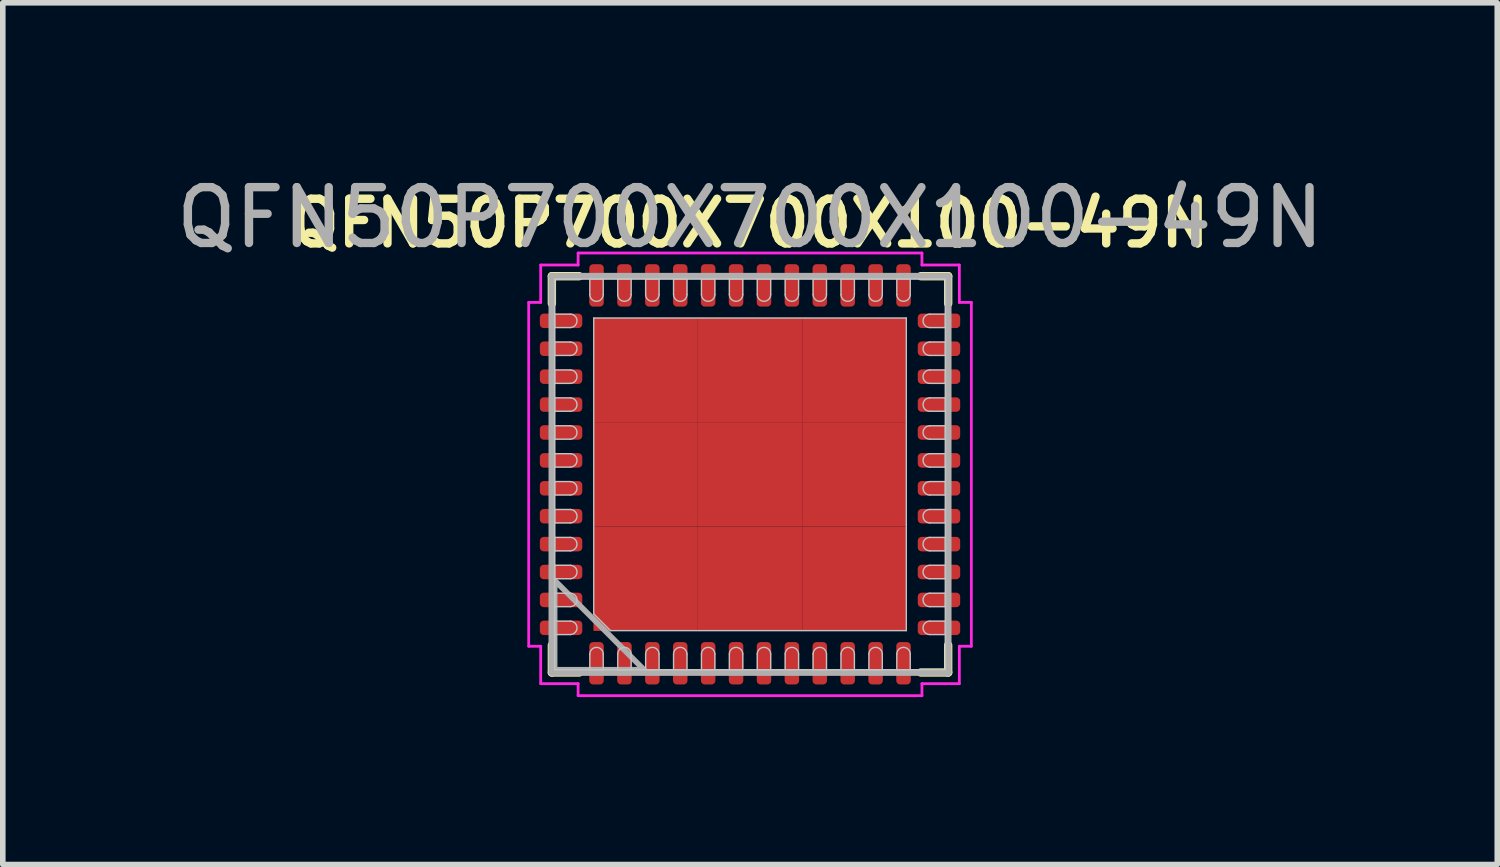
<source format=kicad_pcb>
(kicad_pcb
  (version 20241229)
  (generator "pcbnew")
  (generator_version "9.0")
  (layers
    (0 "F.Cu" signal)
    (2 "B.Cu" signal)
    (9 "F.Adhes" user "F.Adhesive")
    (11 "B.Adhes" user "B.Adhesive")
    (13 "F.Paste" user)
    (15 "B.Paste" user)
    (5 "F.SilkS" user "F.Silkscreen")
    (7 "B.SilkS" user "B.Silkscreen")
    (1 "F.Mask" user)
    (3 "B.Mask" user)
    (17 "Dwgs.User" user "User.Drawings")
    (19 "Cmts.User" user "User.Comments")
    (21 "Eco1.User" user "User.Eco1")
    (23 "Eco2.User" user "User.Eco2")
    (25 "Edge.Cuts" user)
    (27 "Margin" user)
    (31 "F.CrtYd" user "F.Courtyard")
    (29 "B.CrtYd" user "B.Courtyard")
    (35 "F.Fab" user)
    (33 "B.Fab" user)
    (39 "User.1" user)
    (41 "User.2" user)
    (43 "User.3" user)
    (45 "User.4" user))
  (footprint "QFN50P700X700X100-49N"
    (layer "F.Cu")
    (at 10.387 5.448)
    (property "Reference" "QFN50P700X700X100-49N" (at 0 -4.5 0) (layer "F.SilkS") (effects (font (size 0.8 0.8) (thickness 0.15))))
    (attr smd)
    (fp_line (start -3.55 -3.55) (end -3.55 -3.06) (stroke (width 0.15) (type solid)) (layer "F.SilkS"))
    (fp_line (start -3.55 3.55) (end -3.55 3.06) (stroke (width 0.15) (type solid)) (layer "F.SilkS"))
    (fp_line (start -3.06 -3.55) (end -3.55 -3.55) (stroke (width 0.15) (type solid)) (layer "F.SilkS"))
    (fp_line (start -3.06 3.55) (end -3.55 3.55) (stroke (width 0.15) (type solid)) (layer "F.SilkS"))
    (fp_line (start 3.06 -3.55) (end 3.55 -3.55) (stroke (width 0.15) (type solid)) (layer "F.SilkS"))
    (fp_line (start 3.06 3.55) (end 3.55 3.55) (stroke (width 0.15) (type solid)) (layer "F.SilkS"))
    (fp_line (start 3.55 -3.55) (end 3.55 -3.06) (stroke (width 0.15) (type solid)) (layer "F.SilkS"))
    (fp_line (start 3.55 3.55) (end 3.55 3.06) (stroke (width 0.15) (type solid)) (layer "F.SilkS"))
    (fp_line (start -3.5 -3.5) (end 3.5 -3.5) (stroke (width 0.025) (type solid)) (layer "Dwgs.User"))
    (fp_line (start -3.5 -2.87) (end -3.5 -2.63) (stroke (width 0.025) (type solid)) (layer "Dwgs.User"))
    (fp_line (start -3.5 -2.63) (end -3.22 -2.63) (stroke (width 0.025) (type solid)) (layer "Dwgs.User"))
    (fp_line (start -3.5 -2.37) (end -3.5 -2.13) (stroke (width 0.025) (type solid)) (layer "Dwgs.User"))
    (fp_line (start -3.5 -2.13) (end -3.22 -2.13) (stroke (width 0.025) (type solid)) (layer "Dwgs.User"))
    (fp_line (start -3.5 -1.87) (end -3.5 -1.63) (stroke (width 0.025) (type solid)) (layer "Dwgs.User"))
    (fp_line (start -3.5 -1.63) (end -3.22 -1.63) (stroke (width 0.025) (type solid)) (layer "Dwgs.User"))
    (fp_line (start -3.5 -1.37) (end -3.5 -1.13) (stroke (width 0.025) (type solid)) (layer "Dwgs.User"))
    (fp_line (start -3.5 -1.13) (end -3.22 -1.13) (stroke (width 0.025) (type solid)) (layer "Dwgs.User"))
    (fp_line (start -3.5 -0.87) (end -3.5 -0.63) (stroke (width 0.025) (type solid)) (layer "Dwgs.User"))
    (fp_line (start -3.5 -0.63) (end -3.22 -0.63) (stroke (width 0.025) (type solid)) (layer "Dwgs.User"))
    (fp_line (start -3.5 -0.37) (end -3.5 -0.13) (stroke (width 0.025) (type solid)) (layer "Dwgs.User"))
    (fp_line (start -3.5 -0.13) (end -3.22 -0.13) (stroke (width 0.025) (type solid)) (layer "Dwgs.User"))
    (fp_line (start -3.5 0.13) (end -3.5 0.37) (stroke (width 0.025) (type solid)) (layer "Dwgs.User"))
    (fp_line (start -3.5 0.37) (end -3.22 0.37) (stroke (width 0.025) (type solid)) (layer "Dwgs.User"))
    (fp_line (start -3.5 0.63) (end -3.5 0.87) (stroke (width 0.025) (type solid)) (layer "Dwgs.User"))
    (fp_line (start -3.5 0.87) (end -3.22 0.87) (stroke (width 0.025) (type solid)) (layer "Dwgs.User"))
    (fp_line (start -3.5 1.13) (end -3.5 1.37) (stroke (width 0.025) (type solid)) (layer "Dwgs.User"))
    (fp_line (start -3.5 1.37) (end -3.22 1.37) (stroke (width 0.025) (type solid)) (layer "Dwgs.User"))
    (fp_line (start -3.5 1.63) (end -3.5 1.87) (stroke (width 0.025) (type solid)) (layer "Dwgs.User"))
    (fp_line (start -3.5 1.87) (end -3.22 1.87) (stroke (width 0.025) (type solid)) (layer "Dwgs.User"))
    (fp_line (start -3.5 2.13) (end -3.5 2.37) (stroke (width 0.025) (type solid)) (layer "Dwgs.User"))
    (fp_line (start -3.5 2.37) (end -3.22 2.37) (stroke (width 0.025) (type solid)) (layer "Dwgs.User"))
    (fp_line (start -3.5 2.63) (end -3.5 2.87) (stroke (width 0.025) (type solid)) (layer "Dwgs.User"))
    (fp_line (start -3.5 2.87) (end -3.22 2.87) (stroke (width 0.025) (type solid)) (layer "Dwgs.User"))
    (fp_line (start -3.5 3.5) (end -3.5 -3.5) (stroke (width 0.025) (type solid)) (layer "Dwgs.User"))
    (fp_line (start -3.22 -2.87) (end -3.5 -2.87) (stroke (width 0.025) (type solid)) (layer "Dwgs.User"))
    (fp_line (start -3.22 -2.37) (end -3.5 -2.37) (stroke (width 0.025) (type solid)) (layer "Dwgs.User"))
    (fp_line (start -3.22 -1.87) (end -3.5 -1.87) (stroke (width 0.025) (type solid)) (layer "Dwgs.User"))
    (fp_line (start -3.22 -1.37) (end -3.5 -1.37) (stroke (width 0.025) (type solid)) (layer "Dwgs.User"))
    (fp_line (start -3.22 -0.87) (end -3.5 -0.87) (stroke (width 0.025) (type solid)) (layer "Dwgs.User"))
    (fp_line (start -3.22 -0.37) (end -3.5 -0.37) (stroke (width 0.025) (type solid)) (layer "Dwgs.User"))
    (fp_line (start -3.22 0.13) (end -3.5 0.13) (stroke (width 0.025) (type solid)) (layer "Dwgs.User"))
    (fp_line (start -3.22 0.63) (end -3.5 0.63) (stroke (width 0.025) (type solid)) (layer "Dwgs.User"))
    (fp_line (start -3.22 1.13) (end -3.5 1.13) (stroke (width 0.025) (type solid)) (layer "Dwgs.User"))
    (fp_line (start -3.22 1.63) (end -3.5 1.63) (stroke (width 0.025) (type solid)) (layer "Dwgs.User"))
    (fp_line (start -3.22 2.13) (end -3.5 2.13) (stroke (width 0.025) (type solid)) (layer "Dwgs.User"))
    (fp_line (start -3.22 2.63) (end -3.5 2.63) (stroke (width 0.025) (type solid)) (layer "Dwgs.User"))
    (fp_line (start -2.87 -3.5) (end -2.87 -3.22) (stroke (width 0.025) (type solid)) (layer "Dwgs.User"))
    (fp_line (start -2.87 3.22) (end -2.87 3.5) (stroke (width 0.025) (type solid)) (layer "Dwgs.User"))
    (fp_line (start -2.87 3.5) (end -2.63 3.5) (stroke (width 0.025) (type solid)) (layer "Dwgs.User"))
    (fp_line (start -2.8 -2.8) (end -2.8 2.5) (stroke (width 0.025) (type solid)) (layer "Dwgs.User"))
    (fp_line (start -2.8 2.5) (end -2.5 2.8) (stroke (width 0.025) (type solid)) (layer "Dwgs.User"))
    (fp_line (start -2.63 -3.5) (end -2.87 -3.5) (stroke (width 0.025) (type solid)) (layer "Dwgs.User"))
    (fp_line (start -2.63 -3.22) (end -2.63 -3.5) (stroke (width 0.025) (type solid)) (layer "Dwgs.User"))
    (fp_line (start -2.63 3.5) (end -2.63 3.22) (stroke (width 0.025) (type solid)) (layer "Dwgs.User"))
    (fp_line (start -2.5 2.8) (end 2.8 2.8) (stroke (width 0.025) (type solid)) (layer "Dwgs.User"))
    (fp_line (start -2.37 -3.5) (end -2.37 -3.22) (stroke (width 0.025) (type solid)) (layer "Dwgs.User"))
    (fp_line (start -2.37 3.22) (end -2.37 3.5) (stroke (width 0.025) (type solid)) (layer "Dwgs.User"))
    (fp_line (start -2.37 3.5) (end -2.13 3.5) (stroke (width 0.025) (type solid)) (layer "Dwgs.User"))
    (fp_line (start -2.13 -3.5) (end -2.37 -3.5) (stroke (width 0.025) (type solid)) (layer "Dwgs.User"))
    (fp_line (start -2.13 -3.22) (end -2.13 -3.5) (stroke (width 0.025) (type solid)) (layer "Dwgs.User"))
    (fp_line (start -2.13 3.5) (end -2.13 3.22) (stroke (width 0.025) (type solid)) (layer "Dwgs.User"))
    (fp_line (start -1.87 -3.5) (end -1.87 -3.22) (stroke (width 0.025) (type solid)) (layer "Dwgs.User"))
    (fp_line (start -1.87 3.22) (end -1.87 3.5) (stroke (width 0.025) (type solid)) (layer "Dwgs.User"))
    (fp_line (start -1.87 3.5) (end -1.63 3.5) (stroke (width 0.025) (type solid)) (layer "Dwgs.User"))
    (fp_line (start -1.63 -3.5) (end -1.87 -3.5) (stroke (width 0.025) (type solid)) (layer "Dwgs.User"))
    (fp_line (start -1.63 -3.22) (end -1.63 -3.5) (stroke (width 0.025) (type solid)) (layer "Dwgs.User"))
    (fp_line (start -1.63 3.5) (end -1.63 3.22) (stroke (width 0.025) (type solid)) (layer "Dwgs.User"))
    (fp_line (start -1.37 -3.5) (end -1.37 -3.22) (stroke (width 0.025) (type solid)) (layer "Dwgs.User"))
    (fp_line (start -1.37 3.22) (end -1.37 3.5) (stroke (width 0.025) (type solid)) (layer "Dwgs.User"))
    (fp_line (start -1.37 3.5) (end -1.13 3.5) (stroke (width 0.025) (type solid)) (layer "Dwgs.User"))
    (fp_line (start -1.13 -3.5) (end -1.37 -3.5) (stroke (width 0.025) (type solid)) (layer "Dwgs.User"))
    (fp_line (start -1.13 -3.22) (end -1.13 -3.5) (stroke (width 0.025) (type solid)) (layer "Dwgs.User"))
    (fp_line (start -1.13 3.5) (end -1.13 3.22) (stroke (width 0.025) (type solid)) (layer "Dwgs.User"))
    (fp_line (start -0.87 -3.5) (end -0.87 -3.22) (stroke (width 0.025) (type solid)) (layer "Dwgs.User"))
    (fp_line (start -0.87 3.22) (end -0.87 3.5) (stroke (width 0.025) (type solid)) (layer "Dwgs.User"))
    (fp_line (start -0.87 3.5) (end -0.63 3.5) (stroke (width 0.025) (type solid)) (layer "Dwgs.User"))
    (fp_line (start -0.63 -3.5) (end -0.87 -3.5) (stroke (width 0.025) (type solid)) (layer "Dwgs.User"))
    (fp_line (start -0.63 -3.22) (end -0.63 -3.5) (stroke (width 0.025) (type solid)) (layer "Dwgs.User"))
    (fp_line (start -0.63 3.5) (end -0.63 3.22) (stroke (width 0.025) (type solid)) (layer "Dwgs.User"))
    (fp_line (start -0.37 -3.5) (end -0.37 -3.22) (stroke (width 0.025) (type solid)) (layer "Dwgs.User"))
    (fp_line (start -0.37 3.22) (end -0.37 3.5) (stroke (width 0.025) (type solid)) (layer "Dwgs.User"))
    (fp_line (start -0.37 3.5) (end -0.13 3.5) (stroke (width 0.025) (type solid)) (layer "Dwgs.User"))
    (fp_line (start -0.13 -3.5) (end -0.37 -3.5) (stroke (width 0.025) (type solid)) (layer "Dwgs.User"))
    (fp_line (start -0.13 -3.22) (end -0.13 -3.5) (stroke (width 0.025) (type solid)) (layer "Dwgs.User"))
    (fp_line (start -0.13 3.5) (end -0.13 3.22) (stroke (width 0.025) (type solid)) (layer "Dwgs.User"))
    (fp_line (start 0.13 -3.5) (end 0.13 -3.22) (stroke (width 0.025) (type solid)) (layer "Dwgs.User"))
    (fp_line (start 0.13 3.22) (end 0.13 3.5) (stroke (width 0.025) (type solid)) (layer "Dwgs.User"))
    (fp_line (start 0.13 3.5) (end 0.37 3.5) (stroke (width 0.025) (type solid)) (layer "Dwgs.User"))
    (fp_line (start 0.37 -3.5) (end 0.13 -3.5) (stroke (width 0.025) (type solid)) (layer "Dwgs.User"))
    (fp_line (start 0.37 -3.22) (end 0.37 -3.5) (stroke (width 0.025) (type solid)) (layer "Dwgs.User"))
    (fp_line (start 0.37 3.5) (end 0.37 3.22) (stroke (width 0.025) (type solid)) (layer "Dwgs.User"))
    (fp_line (start 0.63 -3.5) (end 0.63 -3.22) (stroke (width 0.025) (type solid)) (layer "Dwgs.User"))
    (fp_line (start 0.63 3.22) (end 0.63 3.5) (stroke (width 0.025) (type solid)) (layer "Dwgs.User"))
    (fp_line (start 0.63 3.5) (end 0.87 3.5) (stroke (width 0.025) (type solid)) (layer "Dwgs.User"))
    (fp_line (start 0.87 -3.5) (end 0.63 -3.5) (stroke (width 0.025) (type solid)) (layer "Dwgs.User"))
    (fp_line (start 0.87 -3.22) (end 0.87 -3.5) (stroke (width 0.025) (type solid)) (layer "Dwgs.User"))
    (fp_line (start 0.87 3.5) (end 0.87 3.22) (stroke (width 0.025) (type solid)) (layer "Dwgs.User"))
    (fp_line (start 1.13 -3.5) (end 1.13 -3.22) (stroke (width 0.025) (type solid)) (layer "Dwgs.User"))
    (fp_line (start 1.13 3.22) (end 1.13 3.5) (stroke (width 0.025) (type solid)) (layer "Dwgs.User"))
    (fp_line (start 1.13 3.5) (end 1.37 3.5) (stroke (width 0.025) (type solid)) (layer "Dwgs.User"))
    (fp_line (start 1.37 -3.5) (end 1.13 -3.5) (stroke (width 0.025) (type solid)) (layer "Dwgs.User"))
    (fp_line (start 1.37 -3.22) (end 1.37 -3.5) (stroke (width 0.025) (type solid)) (layer "Dwgs.User"))
    (fp_line (start 1.37 3.5) (end 1.37 3.22) (stroke (width 0.025) (type solid)) (layer "Dwgs.User"))
    (fp_line (start 1.63 -3.5) (end 1.63 -3.22) (stroke (width 0.025) (type solid)) (layer "Dwgs.User"))
    (fp_line (start 1.63 3.22) (end 1.63 3.5) (stroke (width 0.025) (type solid)) (layer "Dwgs.User"))
    (fp_line (start 1.63 3.5) (end 1.87 3.5) (stroke (width 0.025) (type solid)) (layer "Dwgs.User"))
    (fp_line (start 1.87 -3.5) (end 1.63 -3.5) (stroke (width 0.025) (type solid)) (layer "Dwgs.User"))
    (fp_line (start 1.87 -3.22) (end 1.87 -3.5) (stroke (width 0.025) (type solid)) (layer "Dwgs.User"))
    (fp_line (start 1.87 3.5) (end 1.87 3.22) (stroke (width 0.025) (type solid)) (layer "Dwgs.User"))
    (fp_line (start 2.13 -3.5) (end 2.13 -3.22) (stroke (width 0.025) (type solid)) (layer "Dwgs.User"))
    (fp_line (start 2.13 3.22) (end 2.13 3.5) (stroke (width 0.025) (type solid)) (layer "Dwgs.User"))
    (fp_line (start 2.13 3.5) (end 2.37 3.5) (stroke (width 0.025) (type solid)) (layer "Dwgs.User"))
    (fp_line (start 2.37 -3.5) (end 2.13 -3.5) (stroke (width 0.025) (type solid)) (layer "Dwgs.User"))
    (fp_line (start 2.37 -3.22) (end 2.37 -3.5) (stroke (width 0.025) (type solid)) (layer "Dwgs.User"))
    (fp_line (start 2.37 3.5) (end 2.37 3.22) (stroke (width 0.025) (type solid)) (layer "Dwgs.User"))
    (fp_line (start 2.63 -3.5) (end 2.63 -3.22) (stroke (width 0.025) (type solid)) (layer "Dwgs.User"))
    (fp_line (start 2.63 3.22) (end 2.63 3.5) (stroke (width 0.025) (type solid)) (layer "Dwgs.User"))
    (fp_line (start 2.63 3.5) (end 2.87 3.5) (stroke (width 0.025) (type solid)) (layer "Dwgs.User"))
    (fp_line (start 2.8 -2.8) (end -2.8 -2.8) (stroke (width 0.025) (type solid)) (layer "Dwgs.User"))
    (fp_line (start 2.8 2.8) (end 2.8 -2.8) (stroke (width 0.025) (type solid)) (layer "Dwgs.User"))
    (fp_line (start 2.87 -3.5) (end 2.63 -3.5) (stroke (width 0.025) (type solid)) (layer "Dwgs.User"))
    (fp_line (start 2.87 -3.22) (end 2.87 -3.5) (stroke (width 0.025) (type solid)) (layer "Dwgs.User"))
    (fp_line (start 2.87 3.5) (end 2.87 3.22) (stroke (width 0.025) (type solid)) (layer "Dwgs.User"))
    (fp_line (start 3.22 -2.63) (end 3.5 -2.63) (stroke (width 0.025) (type solid)) (layer "Dwgs.User"))
    (fp_line (start 3.22 -2.13) (end 3.5 -2.13) (stroke (width 0.025) (type solid)) (layer "Dwgs.User"))
    (fp_line (start 3.22 -1.63) (end 3.5 -1.63) (stroke (width 0.025) (type solid)) (layer "Dwgs.User"))
    (fp_line (start 3.22 -1.13) (end 3.5 -1.13) (stroke (width 0.025) (type solid)) (layer "Dwgs.User"))
    (fp_line (start 3.22 -0.63) (end 3.5 -0.63) (stroke (width 0.025) (type solid)) (layer "Dwgs.User"))
    (fp_line (start 3.22 -0.13) (end 3.5 -0.13) (stroke (width 0.025) (type solid)) (layer "Dwgs.User"))
    (fp_line (start 3.22 0.37) (end 3.5 0.37) (stroke (width 0.025) (type solid)) (layer "Dwgs.User"))
    (fp_line (start 3.22 0.87) (end 3.5 0.87) (stroke (width 0.025) (type solid)) (layer "Dwgs.User"))
    (fp_line (start 3.22 1.37) (end 3.5 1.37) (stroke (width 0.025) (type solid)) (layer "Dwgs.User"))
    (fp_line (start 3.22 1.87) (end 3.5 1.87) (stroke (width 0.025) (type solid)) (layer "Dwgs.User"))
    (fp_line (start 3.22 2.37) (end 3.5 2.37) (stroke (width 0.025) (type solid)) (layer "Dwgs.User"))
    (fp_line (start 3.22 2.87) (end 3.5 2.87) (stroke (width 0.025) (type solid)) (layer "Dwgs.User"))
    (fp_line (start 3.5 -3.5) (end 3.5 3.5) (stroke (width 0.025) (type solid)) (layer "Dwgs.User"))
    (fp_line (start 3.5 -2.87) (end 3.22 -2.87) (stroke (width 0.025) (type solid)) (layer "Dwgs.User"))
    (fp_line (start 3.5 -2.63) (end 3.5 -2.87) (stroke (width 0.025) (type solid)) (layer "Dwgs.User"))
    (fp_line (start 3.5 -2.37) (end 3.22 -2.37) (stroke (width 0.025) (type solid)) (layer "Dwgs.User"))
    (fp_line (start 3.5 -2.13) (end 3.5 -2.37) (stroke (width 0.025) (type solid)) (layer "Dwgs.User"))
    (fp_line (start 3.5 -1.87) (end 3.22 -1.87) (stroke (width 0.025) (type solid)) (layer "Dwgs.User"))
    (fp_line (start 3.5 -1.63) (end 3.5 -1.87) (stroke (width 0.025) (type solid)) (layer "Dwgs.User"))
    (fp_line (start 3.5 -1.37) (end 3.22 -1.37) (stroke (width 0.025) (type solid)) (layer "Dwgs.User"))
    (fp_line (start 3.5 -1.13) (end 3.5 -1.37) (stroke (width 0.025) (type solid)) (layer "Dwgs.User"))
    (fp_line (start 3.5 -0.87) (end 3.22 -0.87) (stroke (width 0.025) (type solid)) (layer "Dwgs.User"))
    (fp_line (start 3.5 -0.63) (end 3.5 -0.87) (stroke (width 0.025) (type solid)) (layer "Dwgs.User"))
    (fp_line (start 3.5 -0.37) (end 3.22 -0.37) (stroke (width 0.025) (type solid)) (layer "Dwgs.User"))
    (fp_line (start 3.5 -0.13) (end 3.5 -0.37) (stroke (width 0.025) (type solid)) (layer "Dwgs.User"))
    (fp_line (start 3.5 0.13) (end 3.22 0.13) (stroke (width 0.025) (type solid)) (layer "Dwgs.User"))
    (fp_line (start 3.5 0.37) (end 3.5 0.13) (stroke (width 0.025) (type solid)) (layer "Dwgs.User"))
    (fp_line (start 3.5 0.63) (end 3.22 0.63) (stroke (width 0.025) (type solid)) (layer "Dwgs.User"))
    (fp_line (start 3.5 0.87) (end 3.5 0.63) (stroke (width 0.025) (type solid)) (layer "Dwgs.User"))
    (fp_line (start 3.5 1.13) (end 3.22 1.13) (stroke (width 0.025) (type solid)) (layer "Dwgs.User"))
    (fp_line (start 3.5 1.37) (end 3.5 1.13) (stroke (width 0.025) (type solid)) (layer "Dwgs.User"))
    (fp_line (start 3.5 1.63) (end 3.22 1.63) (stroke (width 0.025) (type solid)) (layer "Dwgs.User"))
    (fp_line (start 3.5 1.87) (end 3.5 1.63) (stroke (width 0.025) (type solid)) (layer "Dwgs.User"))
    (fp_line (start 3.5 2.13) (end 3.22 2.13) (stroke (width 0.025) (type solid)) (layer "Dwgs.User"))
    (fp_line (start 3.5 2.37) (end 3.5 2.13) (stroke (width 0.025) (type solid)) (layer "Dwgs.User"))
    (fp_line (start 3.5 2.63) (end 3.22 2.63) (stroke (width 0.025) (type solid)) (layer "Dwgs.User"))
    (fp_line (start 3.5 2.87) (end 3.5 2.63) (stroke (width 0.025) (type solid)) (layer "Dwgs.User"))
    (fp_line (start 3.5 3.5) (end -3.5 3.5) (stroke (width 0.025) (type solid)) (layer "Dwgs.User"))
    (fp_arc (start -3.22 -2.87) (mid -3.1 -2.75) (end -3.22 -2.63) (stroke (width 0.025) (type solid)) (layer "Dwgs.User"))
    (fp_arc (start -3.22 -2.37) (mid -3.1 -2.25) (end -3.22 -2.13) (stroke (width 0.025) (type solid)) (layer "Dwgs.User"))
    (fp_arc (start -3.22 -1.87) (mid -3.1 -1.75) (end -3.22 -1.63) (stroke (width 0.025) (type solid)) (layer "Dwgs.User"))
    (fp_arc (start -3.22 -1.37) (mid -3.1 -1.25) (end -3.22 -1.13) (stroke (width 0.025) (type solid)) (layer "Dwgs.User"))
    (fp_arc (start -3.22 -0.87) (mid -3.1 -0.75) (end -3.22 -0.63) (stroke (width 0.025) (type solid)) (layer "Dwgs.User"))
    (fp_arc (start -3.22 -0.37) (mid -3.1 -0.25) (end -3.22 -0.13) (stroke (width 0.025) (type solid)) (layer "Dwgs.User"))
    (fp_arc (start -3.22 0.13) (mid -3.1 0.25) (end -3.22 0.37) (stroke (width 0.025) (type solid)) (layer "Dwgs.User"))
    (fp_arc (start -3.22 0.63) (mid -3.1 0.75) (end -3.22 0.87) (stroke (width 0.025) (type solid)) (layer "Dwgs.User"))
    (fp_arc (start -3.22 1.13) (mid -3.1 1.25) (end -3.22 1.37) (stroke (width 0.025) (type solid)) (layer "Dwgs.User"))
    (fp_arc (start -3.22 1.63) (mid -3.1 1.75) (end -3.22 1.87) (stroke (width 0.025) (type solid)) (layer "Dwgs.User"))
    (fp_arc (start -3.22 2.13) (mid -3.1 2.25) (end -3.22 2.37) (stroke (width 0.025) (type solid)) (layer "Dwgs.User"))
    (fp_arc (start -3.22 2.63) (mid -3.1 2.75) (end -3.22 2.87) (stroke (width 0.025) (type solid)) (layer "Dwgs.User"))
    (fp_arc (start -2.87 3.22) (mid -2.75 3.1) (end -2.63 3.22) (stroke (width 0.025) (type solid)) (layer "Dwgs.User"))
    (fp_arc (start -2.63 -3.22) (mid -2.75 -3.1) (end -2.87 -3.22) (stroke (width 0.025) (type solid)) (layer "Dwgs.User"))
    (fp_arc (start -2.37 3.22) (mid -2.25 3.1) (end -2.13 3.22) (stroke (width 0.025) (type solid)) (layer "Dwgs.User"))
    (fp_arc (start -2.13 -3.22) (mid -2.25 -3.1) (end -2.37 -3.22) (stroke (width 0.025) (type solid)) (layer "Dwgs.User"))
    (fp_arc (start -1.87 3.22) (mid -1.75 3.1) (end -1.63 3.22) (stroke (width 0.025) (type solid)) (layer "Dwgs.User"))
    (fp_arc (start -1.63 -3.22) (mid -1.75 -3.1) (end -1.87 -3.22) (stroke (width 0.025) (type solid)) (layer "Dwgs.User"))
    (fp_arc (start -1.37 3.22) (mid -1.25 3.1) (end -1.13 3.22) (stroke (width 0.025) (type solid)) (layer "Dwgs.User"))
    (fp_arc (start -1.13 -3.22) (mid -1.25 -3.1) (end -1.37 -3.22) (stroke (width 0.025) (type solid)) (layer "Dwgs.User"))
    (fp_arc (start -0.87 3.22) (mid -0.75 3.1) (end -0.63 3.22) (stroke (width 0.025) (type solid)) (layer "Dwgs.User"))
    (fp_arc (start -0.63 -3.22) (mid -0.75 -3.1) (end -0.87 -3.22) (stroke (width 0.025) (type solid)) (layer "Dwgs.User"))
    (fp_arc (start -0.37 3.22) (mid -0.25 3.1) (end -0.13 3.22) (stroke (width 0.025) (type solid)) (layer "Dwgs.User"))
    (fp_arc (start -0.13 -3.22) (mid -0.25 -3.1) (end -0.37 -3.22) (stroke (width 0.025) (type solid)) (layer "Dwgs.User"))
    (fp_arc (start 0.13 3.22) (mid 0.25 3.1) (end 0.37 3.22) (stroke (width 0.025) (type solid)) (layer "Dwgs.User"))
    (fp_arc (start 0.37 -3.22) (mid 0.25 -3.1) (end 0.13 -3.22) (stroke (width 0.025) (type solid)) (layer "Dwgs.User"))
    (fp_arc (start 0.63 3.22) (mid 0.75 3.1) (end 0.87 3.22) (stroke (width 0.025) (type solid)) (layer "Dwgs.User"))
    (fp_arc (start 0.87 -3.22) (mid 0.75 -3.1) (end 0.63 -3.22) (stroke (width 0.025) (type solid)) (layer "Dwgs.User"))
    (fp_arc (start 1.13 3.22) (mid 1.25 3.1) (end 1.37 3.22) (stroke (width 0.025) (type solid)) (layer "Dwgs.User"))
    (fp_arc (start 1.37 -3.22) (mid 1.25 -3.1) (end 1.13 -3.22) (stroke (width 0.025) (type solid)) (layer "Dwgs.User"))
    (fp_arc (start 1.63 3.22) (mid 1.75 3.1) (end 1.87 3.22) (stroke (width 0.025) (type solid)) (layer "Dwgs.User"))
    (fp_arc (start 1.87 -3.22) (mid 1.75 -3.1) (end 1.63 -3.22) (stroke (width 0.025) (type solid)) (layer "Dwgs.User"))
    (fp_arc (start 2.13 3.22) (mid 2.25 3.1) (end 2.37 3.22) (stroke (width 0.025) (type solid)) (layer "Dwgs.User"))
    (fp_arc (start 2.37 -3.22) (mid 2.25 -3.1) (end 2.13 -3.22) (stroke (width 0.025) (type solid)) (layer "Dwgs.User"))
    (fp_arc (start 2.63 3.22) (mid 2.75 3.1) (end 2.87 3.22) (stroke (width 0.025) (type solid)) (layer "Dwgs.User"))
    (fp_arc (start 2.87 -3.22) (mid 2.75 -3.1) (end 2.63 -3.22) (stroke (width 0.025) (type solid)) (layer "Dwgs.User"))
    (fp_arc (start 3.22 -2.63) (mid 3.1 -2.75) (end 3.22 -2.87) (stroke (width 0.025) (type solid)) (layer "Dwgs.User"))
    (fp_arc (start 3.22 -2.13) (mid 3.1 -2.25) (end 3.22 -2.37) (stroke (width 0.025) (type solid)) (layer "Dwgs.User"))
    (fp_arc (start 3.22 -1.63) (mid 3.1 -1.75) (end 3.22 -1.87) (stroke (width 0.025) (type solid)) (layer "Dwgs.User"))
    (fp_arc (start 3.22 -1.13) (mid 3.1 -1.25) (end 3.22 -1.37) (stroke (width 0.025) (type solid)) (layer "Dwgs.User"))
    (fp_arc (start 3.22 -0.63) (mid 3.1 -0.75) (end 3.22 -0.87) (stroke (width 0.025) (type solid)) (layer "Dwgs.User"))
    (fp_arc (start 3.22 -0.13) (mid 3.1 -0.25) (end 3.22 -0.37) (stroke (width 0.025) (type solid)) (layer "Dwgs.User"))
    (fp_arc (start 3.22 0.37) (mid 3.1 0.25) (end 3.22 0.13) (stroke (width 0.025) (type solid)) (layer "Dwgs.User"))
    (fp_arc (start 3.22 0.87) (mid 3.1 0.75) (end 3.22 0.63) (stroke (width 0.025) (type solid)) (layer "Dwgs.User"))
    (fp_arc (start 3.22 1.37) (mid 3.1 1.25) (end 3.22 1.13) (stroke (width 0.025) (type solid)) (layer "Dwgs.User"))
    (fp_arc (start 3.22 1.87) (mid 3.1 1.75) (end 3.22 1.63) (stroke (width 0.025) (type solid)) (layer "Dwgs.User"))
    (fp_arc (start 3.22 2.37) (mid 3.1 2.25) (end 3.22 2.13) (stroke (width 0.025) (type solid)) (layer "Dwgs.User"))
    (fp_arc (start 3.22 2.87) (mid 3.1 2.75) (end 3.22 2.63) (stroke (width 0.025) (type solid)) (layer "Dwgs.User"))
    (fp_line (start -3.965 -3.08) (end -3.965 3.08) (stroke (width 0.05) (type solid)) (layer "F.CrtYd"))
    (fp_line (start -3.965 3.08) (end -3.75 3.08) (stroke (width 0.05) (type solid)) (layer "F.CrtYd"))
    (fp_line (start -3.75 -3.75) (end -3.75 -3.08) (stroke (width 0.05) (type solid)) (layer "F.CrtYd"))
    (fp_line (start -3.75 -3.08) (end -3.965 -3.08) (stroke (width 0.05) (type solid)) (layer "F.CrtYd"))
    (fp_line (start -3.75 3.08) (end -3.75 3.75) (stroke (width 0.05) (type solid)) (layer "F.CrtYd"))
    (fp_line (start -3.75 3.75) (end -3.08 3.75) (stroke (width 0.05) (type solid)) (layer "F.CrtYd"))
    (fp_line (start -3.08 -3.965) (end -3.08 -3.75) (stroke (width 0.05) (type solid)) (layer "F.CrtYd"))
    (fp_line (start -3.08 -3.75) (end -3.75 -3.75) (stroke (width 0.05) (type solid)) (layer "F.CrtYd"))
    (fp_line (start -3.08 3.75) (end -3.08 3.965) (stroke (width 0.05) (type solid)) (layer "F.CrtYd"))
    (fp_line (start -3.08 3.965) (end 3.08 3.965) (stroke (width 0.05) (type solid)) (layer "F.CrtYd"))
    (fp_line (start 3.08 -3.965) (end -3.08 -3.965) (stroke (width 0.05) (type solid)) (layer "F.CrtYd"))
    (fp_line (start 3.08 -3.75) (end 3.08 -3.965) (stroke (width 0.05) (type solid)) (layer "F.CrtYd"))
    (fp_line (start 3.08 3.75) (end 3.75 3.75) (stroke (width 0.05) (type solid)) (layer "F.CrtYd"))
    (fp_line (start 3.08 3.965) (end 3.08 3.75) (stroke (width 0.05) (type solid)) (layer "F.CrtYd"))
    (fp_line (start 3.75 -3.75) (end 3.08 -3.75) (stroke (width 0.05) (type solid)) (layer "F.CrtYd"))
    (fp_line (start 3.75 -3.08) (end 3.75 -3.75) (stroke (width 0.05) (type solid)) (layer "F.CrtYd"))
    (fp_line (start 3.75 3.08) (end 3.965 3.08) (stroke (width 0.05) (type solid)) (layer "F.CrtYd"))
    (fp_line (start 3.75 3.75) (end 3.75 3.08) (stroke (width 0.05) (type solid)) (layer "F.CrtYd"))
    (fp_line (start 3.965 -3.08) (end 3.75 -3.08) (stroke (width 0.05) (type solid)) (layer "F.CrtYd"))
    (fp_line (start 3.965 3.08) (end 3.965 -3.08) (stroke (width 0.05) (type solid)) (layer "F.CrtYd"))
    (fp_line (start -3.55 -3.55) (end 3.55 -3.55) (stroke (width 0.12) (type solid)) (layer "F.Fab"))
    (fp_line (start -3.55 3.55) (end -3.55 -3.55) (stroke (width 0.12) (type solid)) (layer "F.Fab"))
    (fp_line (start 3.55 -3.55) (end 3.55 3.55) (stroke (width 0.12) (type solid)) (layer "F.Fab"))
    (fp_line (start 3.55 3.55) (end -3.55 3.55) (stroke (width 0.12) (type solid)) (layer "F.Fab"))
    (fp_poly (pts (xy -1.9 3.5) (xy -3.5 3.5) (xy -3.5 1.9)) (stroke (width 0.1) (type solid)) (fill no) (layer "F.Fab"))
    (fp_text user "${REFERENCE}" (at 0 -4.6 0) (layer "F.Fab") (effects (font (size 1 1) (thickness 0.15))))
    (pad "" smd rect (at -1.87 -1.87 90) (size 1.32 1.32) (layers "F.Paste"))
    (pad "" smd rect (at -1.87 0 90) (size 1.32 1.32) (layers "F.Paste"))
    (pad "" smd rect (at -1.87 1.87 90) (size 1.32 1.32) (layers "F.Paste"))
    (pad "" smd rect (at 0 -1.87 90) (size 1.32 1.32) (layers "F.Paste"))
    (pad "" smd rect (at 0 0 90) (size 1.32 1.32) (layers "F.Paste"))
    (pad "" smd rect (at 0 1.87 90) (size 1.32 1.32) (layers "F.Paste"))
    (pad "" smd rect (at 1.87 -1.87 90) (size 1.32 1.32) (layers "F.Paste"))
    (pad "" smd rect (at 1.87 0 90) (size 1.32 1.32) (layers "F.Paste"))
    (pad "" smd rect (at 1.87 1.87 90) (size 1.32 1.32) (layers "F.Paste"))
    (pad "1" smd roundrect (at -2.75 3.385 90) (size 0.76 0.26) (layers "F.Cu" "F.Mask" "F.Paste") (roundrect_rratio 0.269))
    (pad "2" smd roundrect (at -2.25 3.385 90) (size 0.76 0.26) (layers "F.Cu" "F.Mask" "F.Paste") (roundrect_rratio 0.269))
    (pad "3" smd roundrect (at -1.75 3.385 90) (size 0.76 0.26) (layers "F.Cu" "F.Mask" "F.Paste") (roundrect_rratio 0.269))
    (pad "4" smd roundrect (at -1.25 3.385 90) (size 0.76 0.26) (layers "F.Cu" "F.Mask" "F.Paste") (roundrect_rratio 0.269))
    (pad "5" smd roundrect (at -0.75 3.385 90) (size 0.76 0.26) (layers "F.Cu" "F.Mask" "F.Paste") (roundrect_rratio 0.269))
    (pad "6" smd roundrect (at -0.25 3.385 90) (size 0.76 0.26) (layers "F.Cu" "F.Mask" "F.Paste") (roundrect_rratio 0.269))
    (pad "7" smd roundrect (at 0.25 3.385 90) (size 0.76 0.26) (layers "F.Cu" "F.Mask" "F.Paste") (roundrect_rratio 0.269))
    (pad "8" smd roundrect (at 0.75 3.385 90) (size 0.76 0.26) (layers "F.Cu" "F.Mask" "F.Paste") (roundrect_rratio 0.269))
    (pad "9" smd roundrect (at 1.25 3.385 90) (size 0.76 0.26) (layers "F.Cu" "F.Mask" "F.Paste") (roundrect_rratio 0.269))
    (pad "10" smd roundrect (at 1.75 3.385 90) (size 0.76 0.26) (layers "F.Cu" "F.Mask" "F.Paste") (roundrect_rratio 0.269))
    (pad "11" smd roundrect (at 2.25 3.385 90) (size 0.76 0.26) (layers "F.Cu" "F.Mask" "F.Paste") (roundrect_rratio 0.269))
    (pad "12" smd roundrect (at 2.75 3.385 90) (size 0.76 0.26) (layers "F.Cu" "F.Mask" "F.Paste") (roundrect_rratio 0.269))
    (pad "13" smd roundrect (at 3.385 2.75) (size 0.76 0.26) (layers "F.Cu" "F.Mask" "F.Paste") (roundrect_rratio 0.269))
    (pad "14" smd roundrect (at 3.385 2.25) (size 0.76 0.26) (layers "F.Cu" "F.Mask" "F.Paste") (roundrect_rratio 0.269))
    (pad "15" smd roundrect (at 3.385 1.75) (size 0.76 0.26) (layers "F.Cu" "F.Mask" "F.Paste") (roundrect_rratio 0.269))
    (pad "16" smd roundrect (at 3.385 1.25) (size 0.76 0.26) (layers "F.Cu" "F.Mask" "F.Paste") (roundrect_rratio 0.269))
    (pad "17" smd roundrect (at 3.385 0.75) (size 0.76 0.26) (layers "F.Cu" "F.Mask" "F.Paste") (roundrect_rratio 0.269))
    (pad "18" smd roundrect (at 3.385 0.25) (size 0.76 0.26) (layers "F.Cu" "F.Mask" "F.Paste") (roundrect_rratio 0.269))
    (pad "19" smd roundrect (at 3.385 -0.25) (size 0.76 0.26) (layers "F.Cu" "F.Mask" "F.Paste") (roundrect_rratio 0.269))
    (pad "20" smd roundrect (at 3.385 -0.75) (size 0.76 0.26) (layers "F.Cu" "F.Mask" "F.Paste") (roundrect_rratio 0.269))
    (pad "21" smd roundrect (at 3.385 -1.25) (size 0.76 0.26) (layers "F.Cu" "F.Mask" "F.Paste") (roundrect_rratio 0.269))
    (pad "22" smd roundrect (at 3.385 -1.75) (size 0.76 0.26) (layers "F.Cu" "F.Mask" "F.Paste") (roundrect_rratio 0.269))
    (pad "23" smd roundrect (at 3.385 -2.25) (size 0.76 0.26) (layers "F.Cu" "F.Mask" "F.Paste") (roundrect_rratio 0.269))
    (pad "24" smd roundrect (at 3.385 -2.75) (size 0.76 0.26) (layers "F.Cu" "F.Mask" "F.Paste") (roundrect_rratio 0.269))
    (pad "25" smd roundrect (at 2.75 -3.385 90) (size 0.76 0.26) (layers "F.Cu" "F.Mask" "F.Paste") (roundrect_rratio 0.269))
    (pad "26" smd roundrect (at 2.25 -3.385 90) (size 0.76 0.26) (layers "F.Cu" "F.Mask" "F.Paste") (roundrect_rratio 0.269))
    (pad "27" smd roundrect (at 1.75 -3.385 90) (size 0.76 0.26) (layers "F.Cu" "F.Mask" "F.Paste") (roundrect_rratio 0.269))
    (pad "28" smd roundrect (at 1.25 -3.385 90) (size 0.76 0.26) (layers "F.Cu" "F.Mask" "F.Paste") (roundrect_rratio 0.269))
    (pad "29" smd roundrect (at 0.75 -3.385 90) (size 0.76 0.26) (layers "F.Cu" "F.Mask" "F.Paste") (roundrect_rratio 0.269))
    (pad "30" smd roundrect (at 0.25 -3.385 90) (size 0.76 0.26) (layers "F.Cu" "F.Mask" "F.Paste") (roundrect_rratio 0.269))
    (pad "31" smd roundrect (at -0.25 -3.385 90) (size 0.76 0.26) (layers "F.Cu" "F.Mask" "F.Paste") (roundrect_rratio 0.269))
    (pad "32" smd roundrect (at -0.75 -3.385 90) (size 0.76 0.26) (layers "F.Cu" "F.Mask" "F.Paste") (roundrect_rratio 0.269))
    (pad "33" smd roundrect (at -1.25 -3.385 90) (size 0.76 0.26) (layers "F.Cu" "F.Mask" "F.Paste") (roundrect_rratio 0.269))
    (pad "34" smd roundrect (at -1.75 -3.385 90) (size 0.76 0.26) (layers "F.Cu" "F.Mask" "F.Paste") (roundrect_rratio 0.269))
    (pad "35" smd roundrect (at -2.25 -3.385 90) (size 0.76 0.26) (layers "F.Cu" "F.Mask" "F.Paste") (roundrect_rratio 0.269))
    (pad "36" smd roundrect (at -2.75 -3.385 90) (size 0.76 0.26) (layers "F.Cu" "F.Mask" "F.Paste") (roundrect_rratio 0.269))
    (pad "37" smd roundrect (at -3.385 -2.75) (size 0.76 0.26) (layers "F.Cu" "F.Mask" "F.Paste") (roundrect_rratio 0.269))
    (pad "38" smd roundrect (at -3.385 -2.25) (size 0.76 0.26) (layers "F.Cu" "F.Mask" "F.Paste") (roundrect_rratio 0.269))
    (pad "39" smd roundrect (at -3.385 -1.75) (size 0.76 0.26) (layers "F.Cu" "F.Mask" "F.Paste") (roundrect_rratio 0.269))
    (pad "40" smd roundrect (at -3.385 -1.25) (size 0.76 0.26) (layers "F.Cu" "F.Mask" "F.Paste") (roundrect_rratio 0.269))
    (pad "41" smd roundrect (at -3.385 -0.75) (size 0.76 0.26) (layers "F.Cu" "F.Mask" "F.Paste") (roundrect_rratio 0.269))
    (pad "42" smd roundrect (at -3.385 -0.25) (size 0.76 0.26) (layers "F.Cu" "F.Mask" "F.Paste") (roundrect_rratio 0.269))
    (pad "43" smd roundrect (at -3.385 0.25) (size 0.76 0.26) (layers "F.Cu" "F.Mask" "F.Paste") (roundrect_rratio 0.269))
    (pad "44" smd roundrect (at -3.385 0.75) (size 0.76 0.26) (layers "F.Cu" "F.Mask" "F.Paste") (roundrect_rratio 0.269))
    (pad "45" smd roundrect (at -3.385 1.25) (size 0.76 0.26) (layers "F.Cu" "F.Mask" "F.Paste") (roundrect_rratio 0.269))
    (pad "46" smd roundrect (at -3.385 1.75) (size 0.76 0.26) (layers "F.Cu" "F.Mask" "F.Paste") (roundrect_rratio 0.269))
    (pad "47" smd roundrect (at -3.385 2.25) (size 0.76 0.26) (layers "F.Cu" "F.Mask" "F.Paste") (roundrect_rratio 0.269))
    (pad "48" smd roundrect (at -3.385 2.75) (size 0.76 0.26) (layers "F.Cu" "F.Mask" "F.Paste") (roundrect_rratio 0.269))
    (pad "49" smd rect (at -1.87 -1.87) (size 1.87 1.87) (layers "F.Cu" "F.Mask" "F.Paste"))
    (pad "49" smd rect (at -1.87 0) (size 1.87 1.87) (layers "F.Cu" "F.Mask" "F.Paste"))
    (pad "49" smd rect (at -1.87 1.87) (size 1.87 1.87) (layers "F.Cu" "F.Mask" "F.Paste"))
    (pad "49" smd rect (at 0 -1.87) (size 1.87 1.87) (layers "F.Cu" "F.Mask" "F.Paste"))
    (pad "49" smd rect (at 0 0) (size 1.87 1.87) (layers "F.Cu" "F.Mask" "F.Paste"))
    (pad "49" smd rect (at 0 1.87) (size 1.87 1.87) (layers "F.Cu" "F.Mask" "F.Paste"))
    (pad "49" smd rect (at 1.87 -1.87) (size 1.87 1.87) (layers "F.Cu" "F.Mask" "F.Paste"))
    (pad "49" smd rect (at 1.87 0) (size 1.87 1.87) (layers "F.Cu" "F.Mask" "F.Paste"))
    (pad "49" smd rect (at 1.87 1.87) (size 1.87 1.87) (layers "F.Cu" "F.Mask" "F.Paste")))
  (gr_rect
    (start -3 -3)
    (end 23.774 12.438)
    (stroke (width 0.1) (type default))
    (fill no)
    (layer "Edge.Cuts")))
</source>
